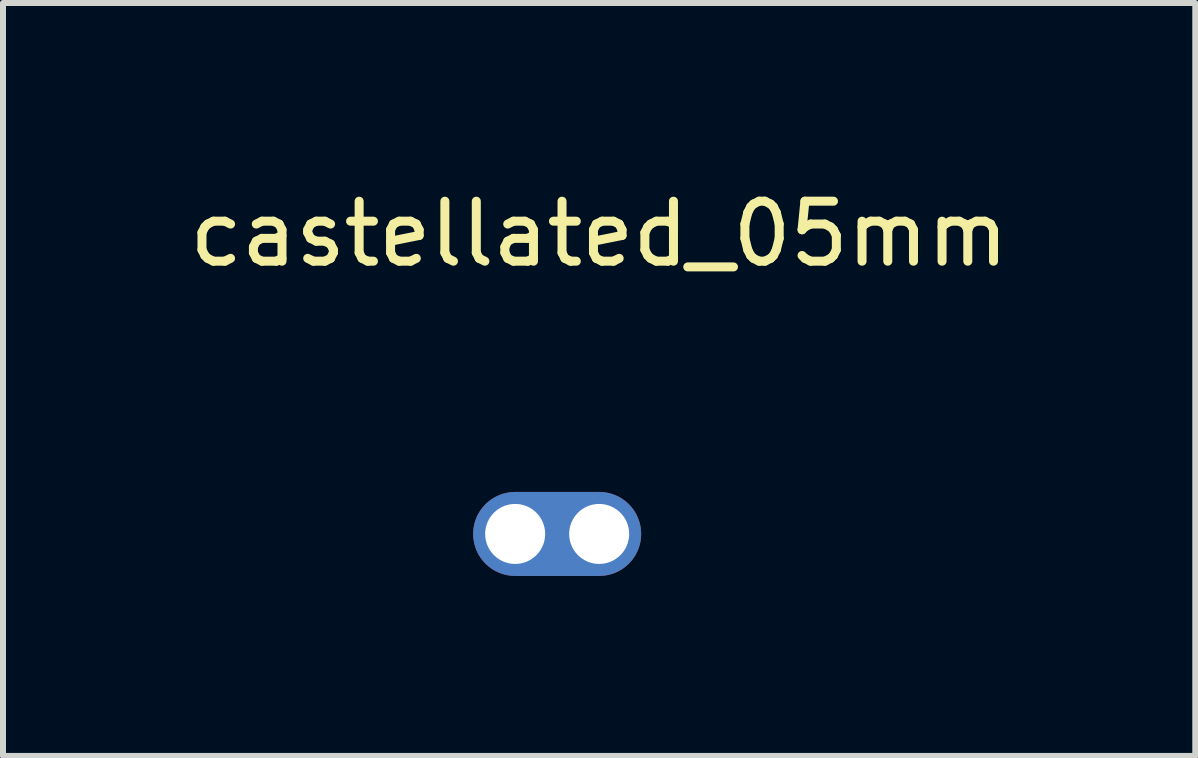
<source format=kicad_pcb>
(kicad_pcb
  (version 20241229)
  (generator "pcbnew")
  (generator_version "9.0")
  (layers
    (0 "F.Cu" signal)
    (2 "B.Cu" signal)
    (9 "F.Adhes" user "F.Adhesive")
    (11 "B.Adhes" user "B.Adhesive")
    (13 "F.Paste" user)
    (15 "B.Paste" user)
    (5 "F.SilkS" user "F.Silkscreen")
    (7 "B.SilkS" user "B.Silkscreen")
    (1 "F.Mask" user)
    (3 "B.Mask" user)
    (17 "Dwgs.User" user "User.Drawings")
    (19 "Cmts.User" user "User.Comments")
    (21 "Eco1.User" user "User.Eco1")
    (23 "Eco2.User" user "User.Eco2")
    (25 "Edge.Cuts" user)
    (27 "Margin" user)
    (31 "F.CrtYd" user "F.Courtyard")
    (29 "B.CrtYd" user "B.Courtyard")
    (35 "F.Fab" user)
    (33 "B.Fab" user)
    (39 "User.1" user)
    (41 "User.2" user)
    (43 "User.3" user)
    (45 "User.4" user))
  (footprint "castellated_05mm"
    (layer "F.Cu")
    (at 6.935 5.848)
    (property "Reference" "castellated_05mm" (at 0 -5 0) (unlocked yes) (layer "F.SilkS") (effects (font (size 1 1) (thickness 0.15))))
    (attr smd exclude_from_pos_files)
    (pad "1" thru_hole circle (at -1.4 0) (size 1.4 1.4) (drill 1) (layers "*.Cu" "*.Mask"))
    (pad "1" smd rect (at -0.7 0) (size 1.4 1.4) (layers "F.Cu" "F.Mask"))
    (pad "1" smd rect (at -0.7 0) (size 1.4 1.4) (layers "B.Cu" "B.Mask"))
    (pad "1" thru_hole circle (at 0 0) (size 1.4 1.4) (drill 1) (layers "*.Cu" "*.Mask")))
  (gr_rect
    (start -3 -3)
    (end 16.869 9.548)
    (stroke (width 0.1) (type default))
    (fill no)
    (layer "Edge.Cuts")))
</source>
